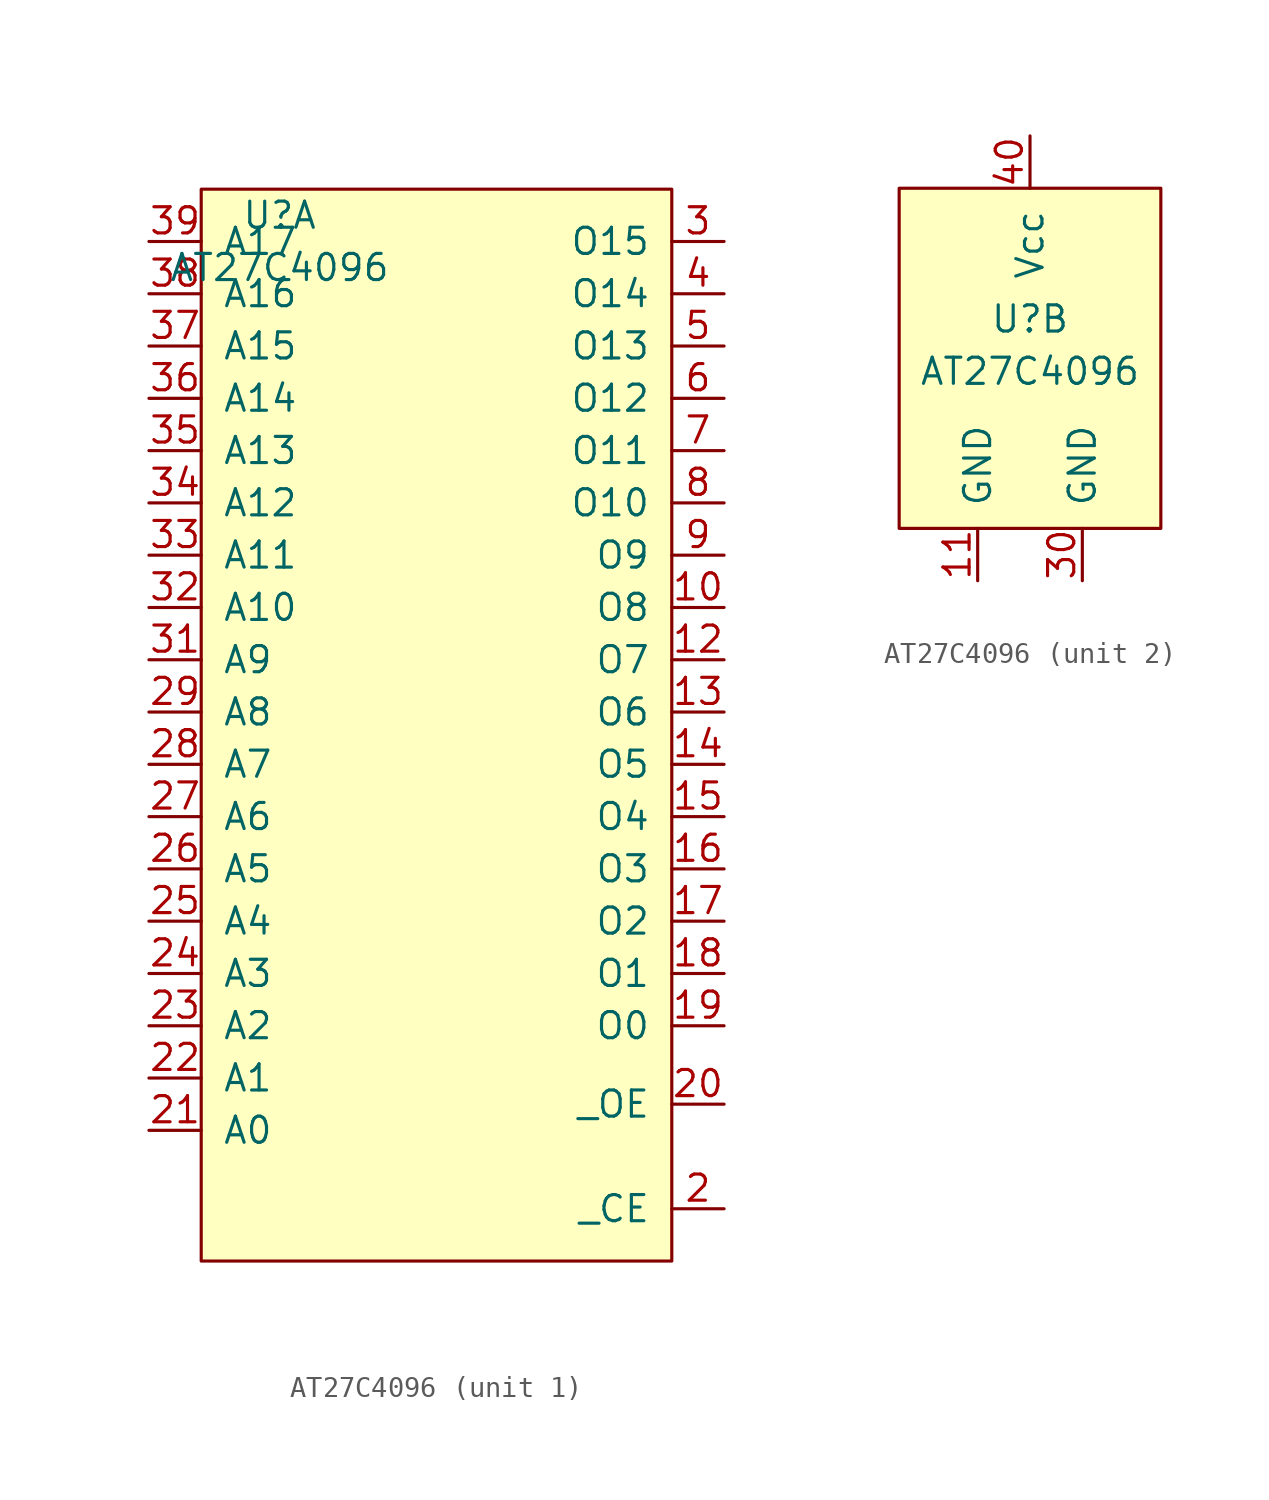
<source format=kicad_sym>
(kicad_symbol_lib
  (version 20220914)
  (generator kicad_symbol_editor)
  (symbol "AT27C4096"
    (pin_names
      (offset 1.016))
    (property "Reference" "U"
      (at 0 5.08 0)
      (effects (font (size 1.27 1.27))))
    (property "Value" "AT27C4096"
      (at 0 2.54 0)
      (effects (font (size 1.27 1.27))))
    (property "ki_locked" ""
      (at 0 0 0)
      (effects (font (size 1.27 1.27))))
    (symbol "AT27C4096_1_1"
      (rectangle (start -3.81 6.35) (end 19.05 -45.72) (stroke (width 0) (type solid)) (fill (type background)))
      (pin input line (at 21.59 -13.97 180) (length 2.54) (name "O8" (effects (font (size 1.27 1.27)))) (number "10" (effects (font (size 1.27 1.27)))))
      (pin input line (at 21.59 -16.51 180) (length 2.54) (name "O7" (effects (font (size 1.27 1.27)))) (number "12" (effects (font (size 1.27 1.27)))))
      (pin input line (at 21.59 -19.05 180) (length 2.54) (name "O6" (effects (font (size 1.27 1.27)))) (number "13" (effects (font (size 1.27 1.27)))))
      (pin input line (at 21.59 -21.59 180) (length 2.54) (name "O5" (effects (font (size 1.27 1.27)))) (number "14" (effects (font (size 1.27 1.27)))))
      (pin input line (at 21.59 -24.13 180) (length 2.54) (name "O4" (effects (font (size 1.27 1.27)))) (number "15" (effects (font (size 1.27 1.27)))))
      (pin input line (at 21.59 -26.67 180) (length 2.54) (name "O3" (effects (font (size 1.27 1.27)))) (number "16" (effects (font (size 1.27 1.27)))))
      (pin input line (at 21.59 -29.21 180) (length 2.54) (name "O2" (effects (font (size 1.27 1.27)))) (number "17" (effects (font (size 1.27 1.27)))))
      (pin input line (at 21.59 -31.75 180) (length 2.54) (name "O1" (effects (font (size 1.27 1.27)))) (number "18" (effects (font (size 1.27 1.27)))))
      (pin input line (at 21.59 -34.29 180) (length 2.54) (name "O0" (effects (font (size 1.27 1.27)))) (number "19" (effects (font (size 1.27 1.27)))))
      (pin input line (at 21.59 -43.18 180) (length 2.54) (name "_CE" (effects (font (size 1.27 1.27)))) (number "2" (effects (font (size 1.27 1.27)))))
      (pin input line (at 21.59 -38.1 180) (length 2.54) (name "_OE" (effects (font (size 1.27 1.27)))) (number "20" (effects (font (size 1.27 1.27)))))
      (pin input line (at -6.35 -39.37 0) (length 2.54) (name "A0" (effects (font (size 1.27 1.27)))) (number "21" (effects (font (size 1.27 1.27)))))
      (pin input line (at -6.35 -36.83 0) (length 2.54) (name "A1" (effects (font (size 1.27 1.27)))) (number "22" (effects (font (size 1.27 1.27)))))
      (pin input line (at -6.35 -34.29 0) (length 2.54) (name "A2" (effects (font (size 1.27 1.27)))) (number "23" (effects (font (size 1.27 1.27)))))
      (pin input line (at -6.35 -31.75 0) (length 2.54) (name "A3" (effects (font (size 1.27 1.27)))) (number "24" (effects (font (size 1.27 1.27)))))
      (pin input line (at -6.35 -29.21 0) (length 2.54) (name "A4" (effects (font (size 1.27 1.27)))) (number "25" (effects (font (size 1.27 1.27)))))
      (pin input line (at -6.35 -26.67 0) (length 2.54) (name "A5" (effects (font (size 1.27 1.27)))) (number "26" (effects (font (size 1.27 1.27)))))
      (pin input line (at -6.35 -24.13 0) (length 2.54) (name "A6" (effects (font (size 1.27 1.27)))) (number "27" (effects (font (size 1.27 1.27)))))
      (pin input line (at -6.35 -21.59 0) (length 2.54) (name "A7" (effects (font (size 1.27 1.27)))) (number "28" (effects (font (size 1.27 1.27)))))
      (pin input line (at -6.35 -19.05 0) (length 2.54) (name "A8" (effects (font (size 1.27 1.27)))) (number "29" (effects (font (size 1.27 1.27)))))
      (pin input line (at 21.59 3.81 180) (length 2.54) (name "O15" (effects (font (size 1.27 1.27)))) (number "3" (effects (font (size 1.27 1.27)))))
      (pin input line (at -6.35 -16.51 0) (length 2.54) (name "A9" (effects (font (size 1.27 1.27)))) (number "31" (effects (font (size 1.27 1.27)))))
      (pin input line (at -6.35 -13.97 0) (length 2.54) (name "A10" (effects (font (size 1.27 1.27)))) (number "32" (effects (font (size 1.27 1.27)))))
      (pin input line (at -6.35 -11.43 0) (length 2.54) (name "A11" (effects (font (size 1.27 1.27)))) (number "33" (effects (font (size 1.27 1.27)))))
      (pin input line (at -6.35 -8.89 0) (length 2.54) (name "A12" (effects (font (size 1.27 1.27)))) (number "34" (effects (font (size 1.27 1.27)))))
      (pin input line (at -6.35 -6.35 0) (length 2.54) (name "A13" (effects (font (size 1.27 1.27)))) (number "35" (effects (font (size 1.27 1.27)))))
      (pin input line (at -6.35 -3.81 0) (length 2.54) (name "A14" (effects (font (size 1.27 1.27)))) (number "36" (effects (font (size 1.27 1.27)))))
      (pin input line (at -6.35 -1.27 0) (length 2.54) (name "A15" (effects (font (size 1.27 1.27)))) (number "37" (effects (font (size 1.27 1.27)))))
      (pin input line (at -6.35 1.27 0) (length 2.54) (name "A16" (effects (font (size 1.27 1.27)))) (number "38" (effects (font (size 1.27 1.27)))))
      (pin input line (at -6.35 3.81 0) (length 2.54) (name "A17" (effects (font (size 1.27 1.27)))) (number "39" (effects (font (size 1.27 1.27)))))
      (pin input line (at 21.59 1.27 180) (length 2.54) (name "O14" (effects (font (size 1.27 1.27)))) (number "4" (effects (font (size 1.27 1.27)))))
      (pin input line (at 21.59 -1.27 180) (length 2.54) (name "O13" (effects (font (size 1.27 1.27)))) (number "5" (effects (font (size 1.27 1.27)))))
      (pin input line (at 21.59 -3.81 180) (length 2.54) (name "O12" (effects (font (size 1.27 1.27)))) (number "6" (effects (font (size 1.27 1.27)))))
      (pin input line (at 21.59 -6.35 180) (length 2.54) (name "O11" (effects (font (size 1.27 1.27)))) (number "7" (effects (font (size 1.27 1.27)))))
      (pin input line (at 21.59 -8.89 180) (length 2.54) (name "O10" (effects (font (size 1.27 1.27)))) (number "8" (effects (font (size 1.27 1.27)))))
      (pin input line (at 21.59 -11.43 180) (length 2.54) (name "O9" (effects (font (size 1.27 1.27)))) (number "9" (effects (font (size 1.27 1.27))))))
    (symbol "AT27C4096_2_1"
      (rectangle (start 6.35 11.43) (end -6.35 -5.08) (stroke (width 0) (type solid)) (fill (type background)))
      (pin power_in line (at -2.54 -7.62 90) (length 2.54) (name "GND" (effects (font (size 1.27 1.27)))) (number "11" (effects (font (size 1.27 1.27)))))
      (pin power_in line (at 2.54 -7.62 90) (length 2.54) (name "GND" (effects (font (size 1.27 1.27)))) (number "30" (effects (font (size 1.27 1.27)))))
      (pin power_in line (at 0 13.97 270) (length 2.54) (name "Vcc" (effects (font (size 1.27 1.27)))) (number "40" (effects (font (size 1.27 1.27))))))))
</source>
